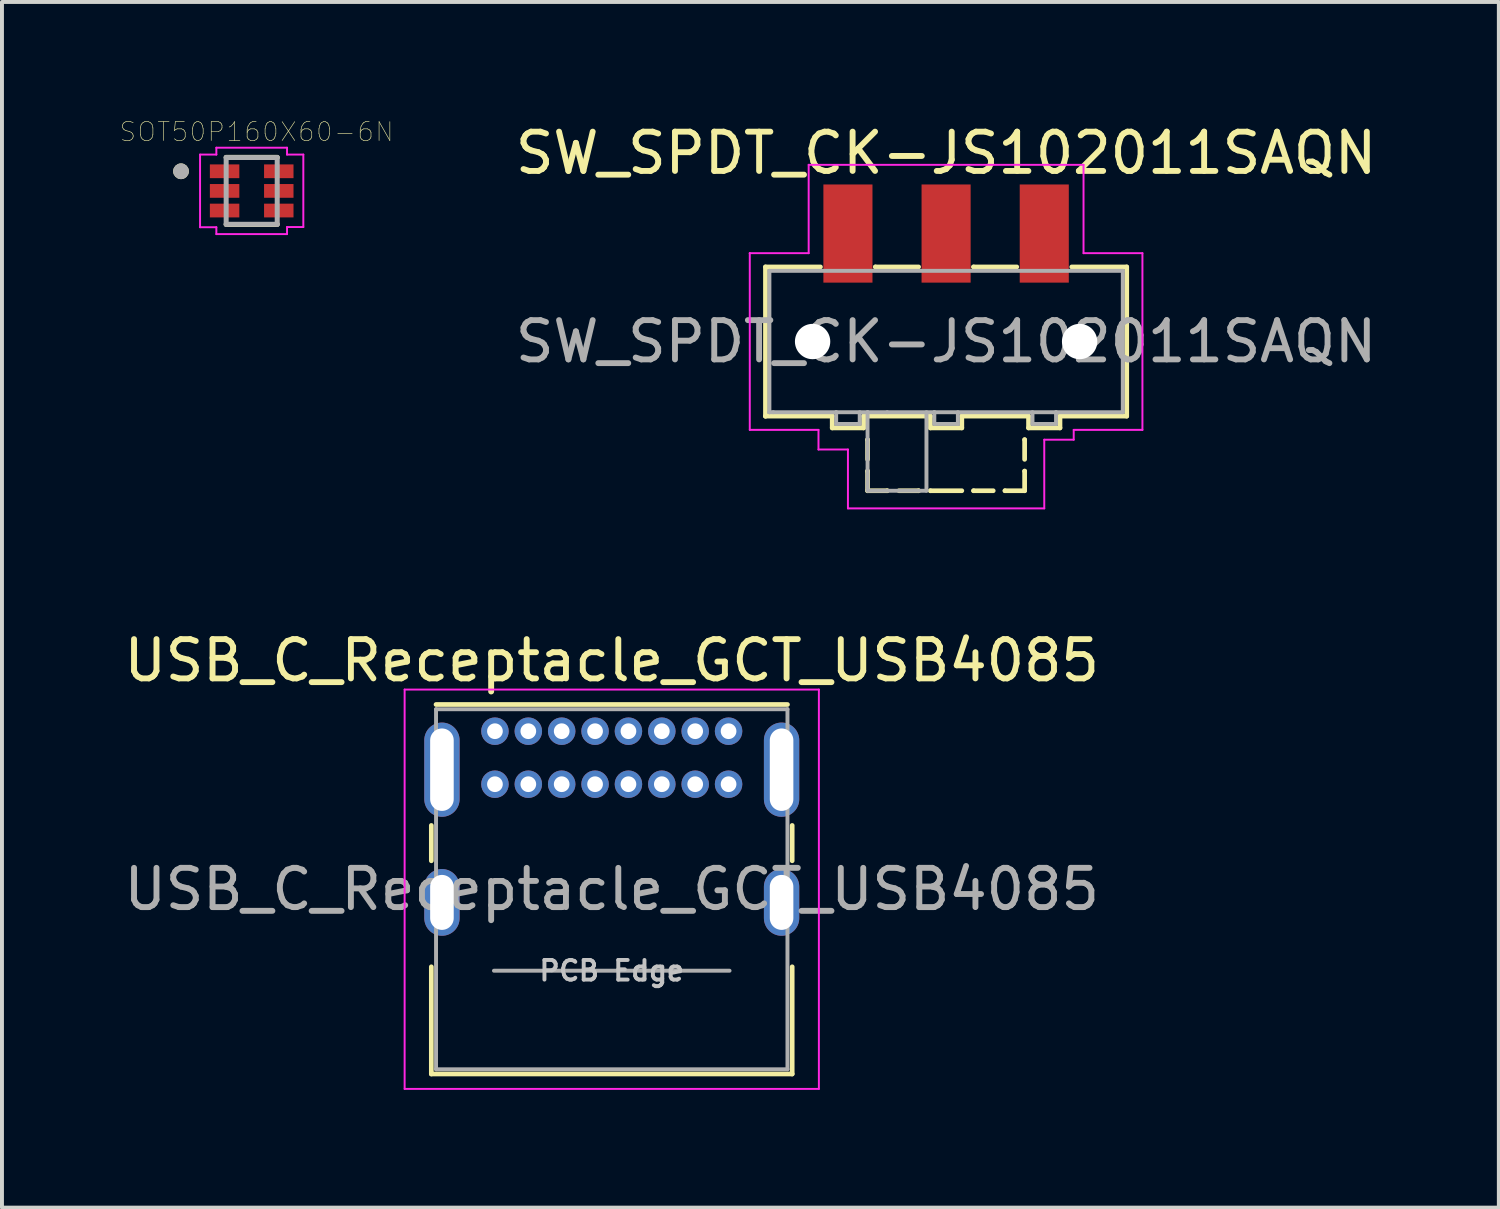
<source format=kicad_pcb>
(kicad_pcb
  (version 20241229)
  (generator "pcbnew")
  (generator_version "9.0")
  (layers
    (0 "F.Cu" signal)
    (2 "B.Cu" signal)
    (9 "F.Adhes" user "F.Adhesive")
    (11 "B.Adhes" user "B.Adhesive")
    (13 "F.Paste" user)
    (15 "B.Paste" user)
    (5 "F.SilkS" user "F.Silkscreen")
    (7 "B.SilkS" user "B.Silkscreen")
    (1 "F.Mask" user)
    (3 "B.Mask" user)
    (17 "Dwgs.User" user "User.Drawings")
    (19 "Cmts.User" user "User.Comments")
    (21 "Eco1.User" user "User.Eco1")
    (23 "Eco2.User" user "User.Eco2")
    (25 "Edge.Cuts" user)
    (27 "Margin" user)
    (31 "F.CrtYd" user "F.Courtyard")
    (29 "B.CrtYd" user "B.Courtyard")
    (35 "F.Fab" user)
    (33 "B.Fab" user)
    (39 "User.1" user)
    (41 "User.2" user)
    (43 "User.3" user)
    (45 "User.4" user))
  (footprint "SW_SPDT_CK-JS102011SAQN"
    (layer "F.Cu")
    (at 21.045 5.648)
    (property "Reference" "SW_SPDT_CK-JS102011SAQN" (at 0 -4.8 0) (layer "F.SilkS") (effects (font (size 1 1) (thickness 0.15))))
    (attr smd)
    (fp_line (start -4.6 -1.9) (end -3.2 -1.9) (stroke (width 0.12) (type solid)) (layer "F.SilkS"))
    (fp_line (start -4.6 1.9) (end -4.6 -1.9) (stroke (width 0.12) (type solid)) (layer "F.SilkS"))
    (fp_line (start -4.6 1.9) (end -4.6 1.9) (stroke (width 0.12) (type solid)) (layer "F.SilkS"))
    (fp_line (start -2.9 1.9) (end -4.6 1.9) (stroke (width 0.12) (type solid)) (layer "F.SilkS"))
    (fp_line (start -2.9 2.2) (end -2.9 1.9) (stroke (width 0.12) (type solid)) (layer "F.SilkS"))
    (fp_line (start -2.1 1.9) (end -2.1 2.2) (stroke (width 0.12) (type solid)) (layer "F.SilkS"))
    (fp_line (start -2.1 2.2) (end -2.9 2.2) (stroke (width 0.12) (type solid)) (layer "F.SilkS"))
    (fp_line (start -2 2.5) (end -2 2.5) (stroke (width 0.12) (type solid)) (layer "F.SilkS"))
    (fp_line (start -2 3) (end -2 2.5) (stroke (width 0.12) (type solid)) (layer "F.SilkS"))
    (fp_line (start -2 3.3) (end -2 3.3) (stroke (width 0.12) (type solid)) (layer "F.SilkS"))
    (fp_line (start -2 3.8) (end -2 3.3) (stroke (width 0.12) (type solid)) (layer "F.SilkS"))
    (fp_line (start -2 3.8) (end -1.5 3.8) (stroke (width 0.12) (type solid)) (layer "F.SilkS"))
    (fp_line (start -1.8 -1.9) (end -1.8 -1.9) (stroke (width 0.12) (type solid)) (layer "F.SilkS"))
    (fp_line (start -1.5 3.8) (end -1.5 3.8) (stroke (width 0.12) (type solid)) (layer "F.SilkS"))
    (fp_line (start -1.2 3.8) (end -0.7 3.8) (stroke (width 0.12) (type solid)) (layer "F.SilkS"))
    (fp_line (start -0.7 -1.9) (end -1.8 -1.9) (stroke (width 0.12) (type solid)) (layer "F.SilkS"))
    (fp_line (start -0.7 3.8) (end -0.7 3.8) (stroke (width 0.12) (type solid)) (layer "F.SilkS"))
    (fp_line (start -0.4 1.9) (end -2.1 1.9) (stroke (width 0.12) (type solid)) (layer "F.SilkS"))
    (fp_line (start -0.4 2.2) (end -0.4 1.9) (stroke (width 0.12) (type solid)) (layer "F.SilkS"))
    (fp_line (start -0.4 3.8) (end -0.4 3.8) (stroke (width 0.12) (type solid)) (layer "F.SilkS"))
    (fp_line (start 0.4 1.9) (end 0.4 2.2) (stroke (width 0.12) (type solid)) (layer "F.SilkS"))
    (fp_line (start 0.4 2.2) (end -0.4 2.2) (stroke (width 0.12) (type solid)) (layer "F.SilkS"))
    (fp_line (start 0.4 3.8) (end -0.4 3.8) (stroke (width 0.12) (type solid)) (layer "F.SilkS"))
    (fp_line (start 0.7 -1.9) (end 0.7 -1.9) (stroke (width 0.12) (type solid)) (layer "F.SilkS"))
    (fp_line (start 0.7 3.8) (end 0.7 3.8) (stroke (width 0.12) (type solid)) (layer "F.SilkS"))
    (fp_line (start 1.2 3.8) (end 0.7 3.8) (stroke (width 0.12) (type solid)) (layer "F.SilkS"))
    (fp_line (start 1.5 3.8) (end 1.5 3.8) (stroke (width 0.12) (type solid)) (layer "F.SilkS"))
    (fp_line (start 1.8 -1.9) (end 0.7 -1.9) (stroke (width 0.12) (type solid)) (layer "F.SilkS"))
    (fp_line (start 2 2.5) (end 2 2.5) (stroke (width 0.12) (type solid)) (layer "F.SilkS"))
    (fp_line (start 2 3) (end 2 2.5) (stroke (width 0.12) (type solid)) (layer "F.SilkS"))
    (fp_line (start 2 3.3) (end 2 3.3) (stroke (width 0.12) (type solid)) (layer "F.SilkS"))
    (fp_line (start 2 3.8) (end 1.5 3.8) (stroke (width 0.12) (type solid)) (layer "F.SilkS"))
    (fp_line (start 2 3.8) (end 2 3.3) (stroke (width 0.12) (type solid)) (layer "F.SilkS"))
    (fp_line (start 2.1 1.9) (end 0.4 1.9) (stroke (width 0.12) (type solid)) (layer "F.SilkS"))
    (fp_line (start 2.1 2.2) (end 2.1 1.9) (stroke (width 0.12) (type solid)) (layer "F.SilkS"))
    (fp_line (start 2.9 1.9) (end 2.9 2.2) (stroke (width 0.12) (type solid)) (layer "F.SilkS"))
    (fp_line (start 2.9 2.2) (end 2.1 2.2) (stroke (width 0.12) (type solid)) (layer "F.SilkS"))
    (fp_line (start 3.2 -1.9) (end 4.6 -1.9) (stroke (width 0.12) (type solid)) (layer "F.SilkS"))
    (fp_line (start 4.6 -1.9) (end 4.6 1.9) (stroke (width 0.12) (type solid)) (layer "F.SilkS"))
    (fp_line (start 4.6 1.9) (end 2.9 1.9) (stroke (width 0.12) (type solid)) (layer "F.SilkS"))
    (fp_line (start -5 -2.25) (end -5 -2.25) (stroke (width 0.05) (type solid)) (layer "F.CrtYd"))
    (fp_line (start -5 -2.25) (end -5 2.25) (stroke (width 0.05) (type solid)) (layer "F.CrtYd"))
    (fp_line (start -5 2.25) (end -3.25 2.25) (stroke (width 0.05) (type solid)) (layer "F.CrtYd"))
    (fp_line (start -3.5 -4.5) (end -3.5 -2.25) (stroke (width 0.05) (type solid)) (layer "F.CrtYd"))
    (fp_line (start -3.5 -2.25) (end -5 -2.25) (stroke (width 0.05) (type solid)) (layer "F.CrtYd"))
    (fp_line (start -3.25 2.25) (end -3.25 2.75) (stroke (width 0.05) (type solid)) (layer "F.CrtYd"))
    (fp_line (start -3.25 2.75) (end -2.5 2.75) (stroke (width 0.05) (type solid)) (layer "F.CrtYd"))
    (fp_line (start -2.5 2.75) (end -2.5 4.25) (stroke (width 0.05) (type solid)) (layer "F.CrtYd"))
    (fp_line (start -2.5 4.25) (end 2.5 4.25) (stroke (width 0.05) (type solid)) (layer "F.CrtYd"))
    (fp_line (start 2.5 2.5) (end 3.25 2.5) (stroke (width 0.05) (type solid)) (layer "F.CrtYd"))
    (fp_line (start 2.5 4.25) (end 2.5 2.5) (stroke (width 0.05) (type solid)) (layer "F.CrtYd"))
    (fp_line (start 3.25 2.25) (end 5 2.25) (stroke (width 0.05) (type solid)) (layer "F.CrtYd"))
    (fp_line (start 3.25 2.5) (end 3.25 2.25) (stroke (width 0.05) (type solid)) (layer "F.CrtYd"))
    (fp_line (start 3.5 -4.5) (end -3.5 -4.5) (stroke (width 0.05) (type solid)) (layer "F.CrtYd"))
    (fp_line (start 3.5 -2.25) (end 3.5 -4.5) (stroke (width 0.05) (type solid)) (layer "F.CrtYd"))
    (fp_line (start 5 -2.25) (end 3.5 -2.25) (stroke (width 0.05) (type solid)) (layer "F.CrtYd"))
    (fp_line (start 5 2.25) (end 5 -2.25) (stroke (width 0.05) (type solid)) (layer "F.CrtYd"))
    (fp_line (start -4.5 -1.8) (end -4.5 1.8) (stroke (width 0.1) (type solid)) (layer "F.Fab"))
    (fp_line (start -4.5 -1.8) (end 4.5 -1.8) (stroke (width 0.1) (type solid)) (layer "F.Fab"))
    (fp_line (start -4.5 1.8) (end -4.5 1.8) (stroke (width 0.1) (type solid)) (layer "F.Fab"))
    (fp_line (start -4.5 1.8) (end -4.5 1.8) (stroke (width 0.1) (type solid)) (layer "F.Fab"))
    (fp_line (start -4.4 1.8) (end -4.5 1.8) (stroke (width 0.1) (type solid)) (layer "F.Fab"))
    (fp_line (start -2.8 1.8) (end -2.8 1.8) (stroke (width 0.1) (type solid)) (layer "F.Fab"))
    (fp_line (start -2.8 2.1) (end -2.8 1.8) (stroke (width 0.1) (type solid)) (layer "F.Fab"))
    (fp_line (start -2.2 1.8) (end -2.2 2.1) (stroke (width 0.1) (type solid)) (layer "F.Fab"))
    (fp_line (start -2.2 2.1) (end -2.8 2.1) (stroke (width 0.1) (type solid)) (layer "F.Fab"))
    (fp_line (start -2 1.8) (end -2 1.8) (stroke (width 0.1) (type solid)) (layer "F.Fab"))
    (fp_line (start -2 3.8) (end -2 1.8) (stroke (width 0.1) (type solid)) (layer "F.Fab"))
    (fp_line (start -1.5 1.8) (end -1.5 1.8) (stroke (width 0.1) (type solid)) (layer "F.Fab"))
    (fp_line (start -0.5 1.8) (end -0.5 3.8) (stroke (width 0.1) (type solid)) (layer "F.Fab"))
    (fp_line (start -0.5 3.8) (end -2 3.8) (stroke (width 0.1) (type solid)) (layer "F.Fab"))
    (fp_line (start -0.3 1.8) (end -0.3 1.8) (stroke (width 0.1) (type solid)) (layer "F.Fab"))
    (fp_line (start -0.3 2.1) (end -0.3 1.8) (stroke (width 0.1) (type solid)) (layer "F.Fab"))
    (fp_line (start 0.3 1.8) (end 0.3 2.1) (stroke (width 0.1) (type solid)) (layer "F.Fab"))
    (fp_line (start 0.3 2.1) (end -0.3 2.1) (stroke (width 0.1) (type solid)) (layer "F.Fab"))
    (fp_line (start 2.2 1.8) (end 2.2 2.1) (stroke (width 0.1) (type solid)) (layer "F.Fab"))
    (fp_line (start 2.2 2.1) (end 2.8 2.1) (stroke (width 0.1) (type solid)) (layer "F.Fab"))
    (fp_line (start 2.8 1.8) (end 2.8 1.8) (stroke (width 0.1) (type solid)) (layer "F.Fab"))
    (fp_line (start 2.8 2.1) (end 2.8 1.8) (stroke (width 0.1) (type solid)) (layer "F.Fab"))
    (fp_line (start 4.5 -1.8) (end 4.5 1.8) (stroke (width 0.1) (type solid)) (layer "F.Fab"))
    (fp_line (start 4.5 1.8) (end -4.4 1.8) (stroke (width 0.1) (type solid)) (layer "F.Fab"))
    (fp_text user "${REFERENCE}" (at 0 0 0) (layer "F.Fab") (effects (font (size 1 1) (thickness 0.15))))
    (pad "" np_thru_hole circle (at -3.4 0) (size 0.9 0.9) (drill 0.9) (layers "*.Cu" "*.Mask"))
    (pad "" np_thru_hole circle (at 3.4 0) (size 0.9 0.9) (drill 0.9) (layers "*.Cu" "*.Mask"))
    (pad "1" smd rect (at -2.5 -2.75) (size 1.25 2.5) (layers "F.Cu" "F.Mask" "F.Paste"))
    (pad "2" smd rect (at 0 -2.75) (size 1.25 2.5) (layers "F.Cu" "F.Mask" "F.Paste"))
    (pad "3" smd rect (at 2.5 -2.75) (size 1.25 2.5) (layers "F.Cu" "F.Mask" "F.Paste")))
  (footprint "SOT50P160X60-6N"
    (layer "F.Cu")
    (at 3.36 1.812)
    (property "Reference" "SOT50P160X60-6N" (at 0.124 -1.505 0) (layer "F.SilkS") (effects (font (size 0.48 0.48) (thickness 0.015))))
    (attr through_hole)
    (fp_line (start 0.65 -0.855) (end -0.65 -0.855) (stroke (width 0.127) (type solid)) (layer "F.SilkS"))
    (fp_line (start 0.65 0.855) (end -0.65 0.855) (stroke (width 0.127) (type solid)) (layer "F.SilkS"))
    (fp_circle (center -1.8 -0.5) (end -1.7 -0.5) (stroke (width 0.2) (type solid)) (fill no) (layer "F.SilkS"))
    (fp_line (start -1.315 -0.925) (end -0.9 -0.925) (stroke (width 0.05) (type solid)) (layer "F.CrtYd"))
    (fp_line (start -1.315 0.925) (end -1.315 -0.925) (stroke (width 0.05) (type solid)) (layer "F.CrtYd"))
    (fp_line (start -0.9 -1.1) (end 0.9 -1.1) (stroke (width 0.05) (type solid)) (layer "F.CrtYd"))
    (fp_line (start -0.9 -0.925) (end -0.9 -1.1) (stroke (width 0.05) (type solid)) (layer "F.CrtYd"))
    (fp_line (start -0.9 0.925) (end -1.315 0.925) (stroke (width 0.05) (type solid)) (layer "F.CrtYd"))
    (fp_line (start -0.9 1.1) (end -0.9 0.925) (stroke (width 0.05) (type solid)) (layer "F.CrtYd"))
    (fp_line (start 0.9 -1.1) (end 0.9 -0.925) (stroke (width 0.05) (type solid)) (layer "F.CrtYd"))
    (fp_line (start 0.9 -0.925) (end 1.315 -0.925) (stroke (width 0.05) (type solid)) (layer "F.CrtYd"))
    (fp_line (start 0.9 0.92) (end 0.9 1.1) (stroke (width 0.05) (type solid)) (layer "F.CrtYd"))
    (fp_line (start 0.9 1.1) (end -0.9 1.1) (stroke (width 0.05) (type solid)) (layer "F.CrtYd"))
    (fp_line (start 1.315 -0.925) (end 1.315 0.92) (stroke (width 0.05) (type solid)) (layer "F.CrtYd"))
    (fp_line (start 1.315 0.92) (end 0.9 0.92) (stroke (width 0.05) (type solid)) (layer "F.CrtYd"))
    (fp_line (start -0.65 -0.85) (end 0.65 -0.85) (stroke (width 0.127) (type solid)) (layer "F.Fab"))
    (fp_line (start -0.65 0.85) (end -0.65 -0.85) (stroke (width 0.127) (type solid)) (layer "F.Fab"))
    (fp_line (start 0.65 -0.85) (end 0.65 0.85) (stroke (width 0.127) (type solid)) (layer "F.Fab"))
    (fp_line (start 0.65 0.85) (end -0.65 0.85) (stroke (width 0.127) (type solid)) (layer "F.Fab"))
    (fp_circle (center -1.8 -0.5) (end -1.7 -0.5) (stroke (width 0.2) (type solid)) (fill no) (layer "F.Fab"))
    (pad "1" smd rect (at -0.69 -0.5) (size 0.75 0.35) (layers "F.Cu" "F.Mask" "F.Paste"))
    (pad "2" smd rect (at -0.69 0) (size 0.75 0.35) (layers "F.Cu" "F.Mask" "F.Paste"))
    (pad "3" smd rect (at -0.69 0.5) (size 0.75 0.35) (layers "F.Cu" "F.Mask" "F.Paste"))
    (pad "4" smd rect (at 0.69 0.5) (size 0.75 0.35) (layers "F.Cu" "F.Mask" "F.Paste"))
    (pad "5" smd rect (at 0.69 0) (size 0.75 0.35) (layers "F.Cu" "F.Mask" "F.Paste"))
    (pad "6" smd rect (at 0.69 -0.5) (size 0.75 0.35) (layers "F.Cu" "F.Mask" "F.Paste")))
  (footprint "USB_C_Receptacle_GCT_USB4085"
    (layer "F.Cu")
    (at 9.555 15.572)
    (property "Reference" "USB_C_Receptacle_GCT_USB4085" (at 2.975 -1.8 0) (layer "F.SilkS") (effects (font (size 1 1) (thickness 0.15))))
    (attr through_hole)
    (fp_line (start -1.62 2.4) (end -1.62 3.3) (stroke (width 0.12) (type solid)) (layer "F.SilkS"))
    (fp_line (start -1.62 6) (end -1.62 8.73) (stroke (width 0.12) (type solid)) (layer "F.SilkS"))
    (fp_line (start -1.62 8.73) (end 7.57 8.73) (stroke (width 0.12) (type solid)) (layer "F.SilkS"))
    (fp_line (start -1.5 -0.68) (end 7.45 -0.68) (stroke (width 0.12) (type solid)) (layer "F.SilkS"))
    (fp_line (start 7.57 2.4) (end 7.57 3.3) (stroke (width 0.12) (type solid)) (layer "F.SilkS"))
    (fp_line (start 7.57 6) (end 7.57 8.73) (stroke (width 0.12) (type solid)) (layer "F.SilkS"))
    (fp_line (start -2.3 -1.06) (end -2.3 9.11) (stroke (width 0.05) (type solid)) (layer "F.CrtYd"))
    (fp_line (start -2.3 -1.06) (end 8.25 -1.06) (stroke (width 0.05) (type solid)) (layer "F.CrtYd"))
    (fp_line (start -2.3 9.11) (end 8.25 9.11) (stroke (width 0.05) (type solid)) (layer "F.CrtYd"))
    (fp_line (start 8.25 -1.06) (end 8.25 9.11) (stroke (width 0.05) (type solid)) (layer "F.CrtYd"))
    (fp_line (start -1.5 -0.56) (end -1.5 8.61) (stroke (width 0.1) (type solid)) (layer "F.Fab"))
    (fp_line (start -1.5 -0.56) (end 7.45 -0.56) (stroke (width 0.1) (type solid)) (layer "F.Fab"))
    (fp_line (start -1.5 8.61) (end 7.45 8.61) (stroke (width 0.1) (type solid)) (layer "F.Fab"))
    (fp_line (start -0.025 6.1) (end 5.975 6.1) (stroke (width 0.1) (type solid)) (layer "F.Fab"))
    (fp_line (start 7.45 -0.56) (end 7.45 8.61) (stroke (width 0.1) (type solid)) (layer "F.Fab"))
    (fp_text user "PCB Edge" (at 2.975 6.1 0) (layer "Dwgs.User") (effects (font (size 0.5 0.5) (thickness 0.1))))
    (fp_text user "${REFERENCE}" (at 2.975 4.025 0) (layer "F.Fab") (effects (font (size 1 1) (thickness 0.15))))
    (pad "A1" thru_hole circle (at 0 0) (size 0.7 0.7) (drill 0.4) (layers "*.Cu" "*.Mask"))
    (pad "A4" thru_hole circle (at 0.85 0) (size 0.7 0.7) (drill 0.4) (layers "*.Cu" "*.Mask"))
    (pad "A5" thru_hole circle (at 1.7 0) (size 0.7 0.7) (drill 0.4) (layers "*.Cu" "*.Mask"))
    (pad "A6" thru_hole circle (at 2.55 0) (size 0.7 0.7) (drill 0.4) (layers "*.Cu" "*.Mask"))
    (pad "A7" thru_hole circle (at 3.4 0) (size 0.7 0.7) (drill 0.4) (layers "*.Cu" "*.Mask"))
    (pad "A8" thru_hole circle (at 4.25 0) (size 0.7 0.7) (drill 0.4) (layers "*.Cu" "*.Mask"))
    (pad "A9" thru_hole circle (at 5.1 0) (size 0.7 0.7) (drill 0.4) (layers "*.Cu" "*.Mask"))
    (pad "A12" thru_hole circle (at 5.95 0) (size 0.7 0.7) (drill 0.4) (layers "*.Cu" "*.Mask"))
    (pad "B1" thru_hole circle (at 5.95 1.35) (size 0.7 0.7) (drill 0.4) (layers "*.Cu" "*.Mask"))
    (pad "B4" thru_hole circle (at 5.1 1.35) (size 0.7 0.7) (drill 0.4) (layers "*.Cu" "*.Mask"))
    (pad "B5" thru_hole circle (at 4.25 1.35) (size 0.7 0.7) (drill 0.4) (layers "*.Cu" "*.Mask"))
    (pad "B6" thru_hole circle (at 3.4 1.35) (size 0.7 0.7) (drill 0.4) (layers "*.Cu" "*.Mask"))
    (pad "B7" thru_hole circle (at 2.55 1.35) (size 0.7 0.7) (drill 0.4) (layers "*.Cu" "*.Mask"))
    (pad "B8" thru_hole circle (at 1.7 1.35) (size 0.7 0.7) (drill 0.4) (layers "*.Cu" "*.Mask"))
    (pad "B9" thru_hole circle (at 0.85 1.35) (size 0.7 0.7) (drill 0.4) (layers "*.Cu" "*.Mask"))
    (pad "B12" thru_hole circle (at 0 1.35) (size 0.7 0.7) (drill 0.4) (layers "*.Cu" "*.Mask"))
    (pad "S1" thru_hole oval (at -1.35 0.98) (size 0.9 2.4) (drill oval 0.6 2.1) (layers "*.Cu" "*.Mask"))
    (pad "S1" thru_hole oval (at -1.35 4.36) (size 0.9 1.7) (drill oval 0.6 1.4) (layers "*.Cu" "*.Mask"))
    (pad "S1" thru_hole oval (at 7.3 0.98) (size 0.9 2.4) (drill oval 0.6 2.1) (layers "*.Cu" "*.Mask"))
    (pad "S1" thru_hole oval (at 7.3 4.36) (size 0.9 1.7) (drill oval 0.6 1.4) (layers "*.Cu" "*.Mask")))
  (gr_rect
    (start -3 -3)
    (end 35.122 27.706)
    (stroke (width 0.1) (type default))
    (fill no)
    (layer "Edge.Cuts")))
</source>
